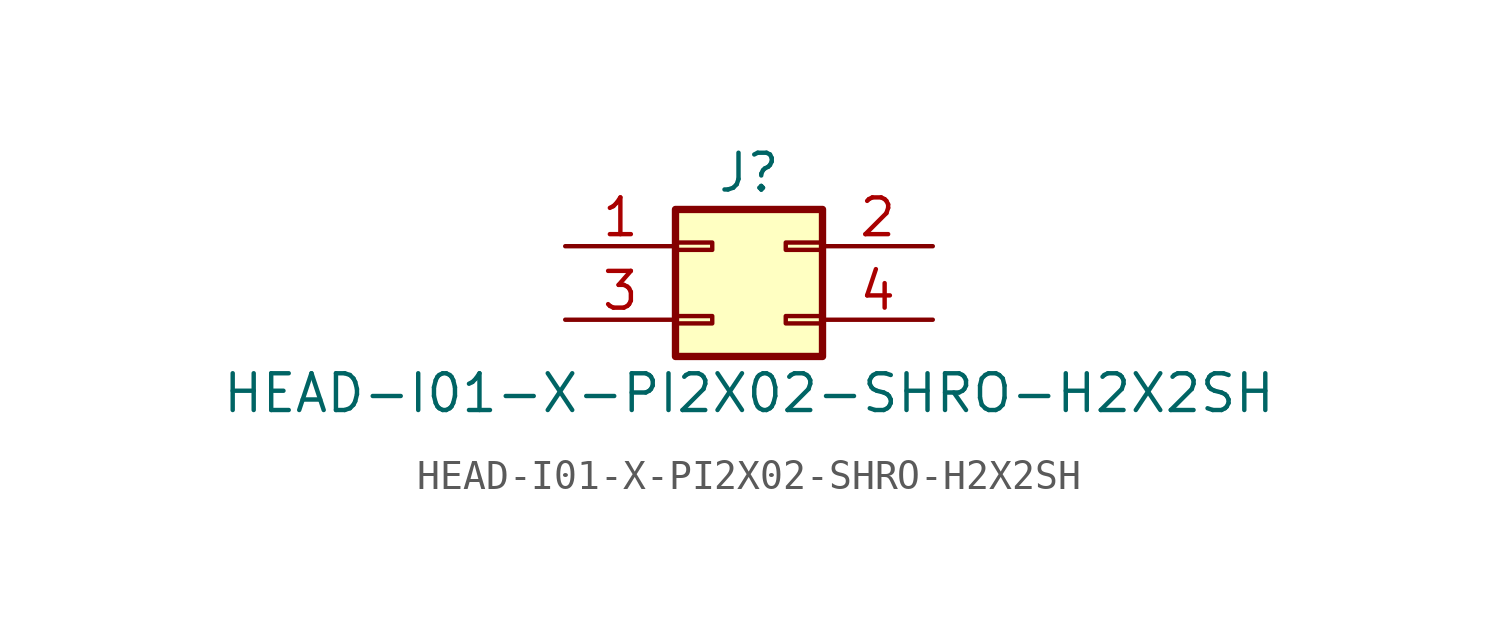
<source format=kicad_sym>
(kicad_symbol_lib
  (version 20211014)
  (generator kicad_symbol_editor)
  (symbol "HEAD-I01-X-PI2X02-SHRO-H2X2SH"
    (pin_names
      (offset 1.016) hide)
    (property "Reference" "J"
      (at 1.27 2.54 0)
      (effects (font (size 1.27 1.27))))
    (property "Value" "HEAD-I01-X-PI2X02-SHRO-H2X2SH"
      (at 1.27 -5.08 0)
      (effects (font (size 1.27 1.27))))
    (symbol "HEAD-I01-X-PI2X02-SHRO-H2X2SH_1_1"
      (rectangle (start -1.27 -2.413) (end 0 -2.667) (stroke (width 0.152) (type default) (color 0 0 0 0)) (fill (type none)))
      (rectangle (start -1.27 0.127) (end 0 -0.127) (stroke (width 0.152) (type default) (color 0 0 0 0)) (fill (type none)))
      (rectangle (start -1.27 1.27) (end 3.81 -3.81) (stroke (width 0.254) (type default) (color 0 0 0 0)) (fill (type background)))
      (rectangle (start 3.81 -2.413) (end 2.54 -2.667) (stroke (width 0.152) (type default) (color 0 0 0 0)) (fill (type none)))
      (rectangle (start 3.81 0.127) (end 2.54 -0.127) (stroke (width 0.152) (type default) (color 0 0 0 0)) (fill (type none)))
      (pin passive line (at -5.08 0 0) (length 3.81) (name "Pin_1" (effects (font (size 1.27 1.27)))) (number "1" (effects (font (size 1.27 1.27)))))
      (pin passive line (at 7.62 0 180) (length 3.81) (name "Pin_2" (effects (font (size 1.27 1.27)))) (number "2" (effects (font (size 1.27 1.27)))))
      (pin passive line (at -5.08 -2.54 0) (length 3.81) (name "Pin_3" (effects (font (size 1.27 1.27)))) (number "3" (effects (font (size 1.27 1.27)))))
      (pin passive line (at 7.62 -2.54 180) (length 3.81) (name "Pin_4" (effects (font (size 1.27 1.27)))) (number "4" (effects (font (size 1.27 1.27))))))))
</source>
